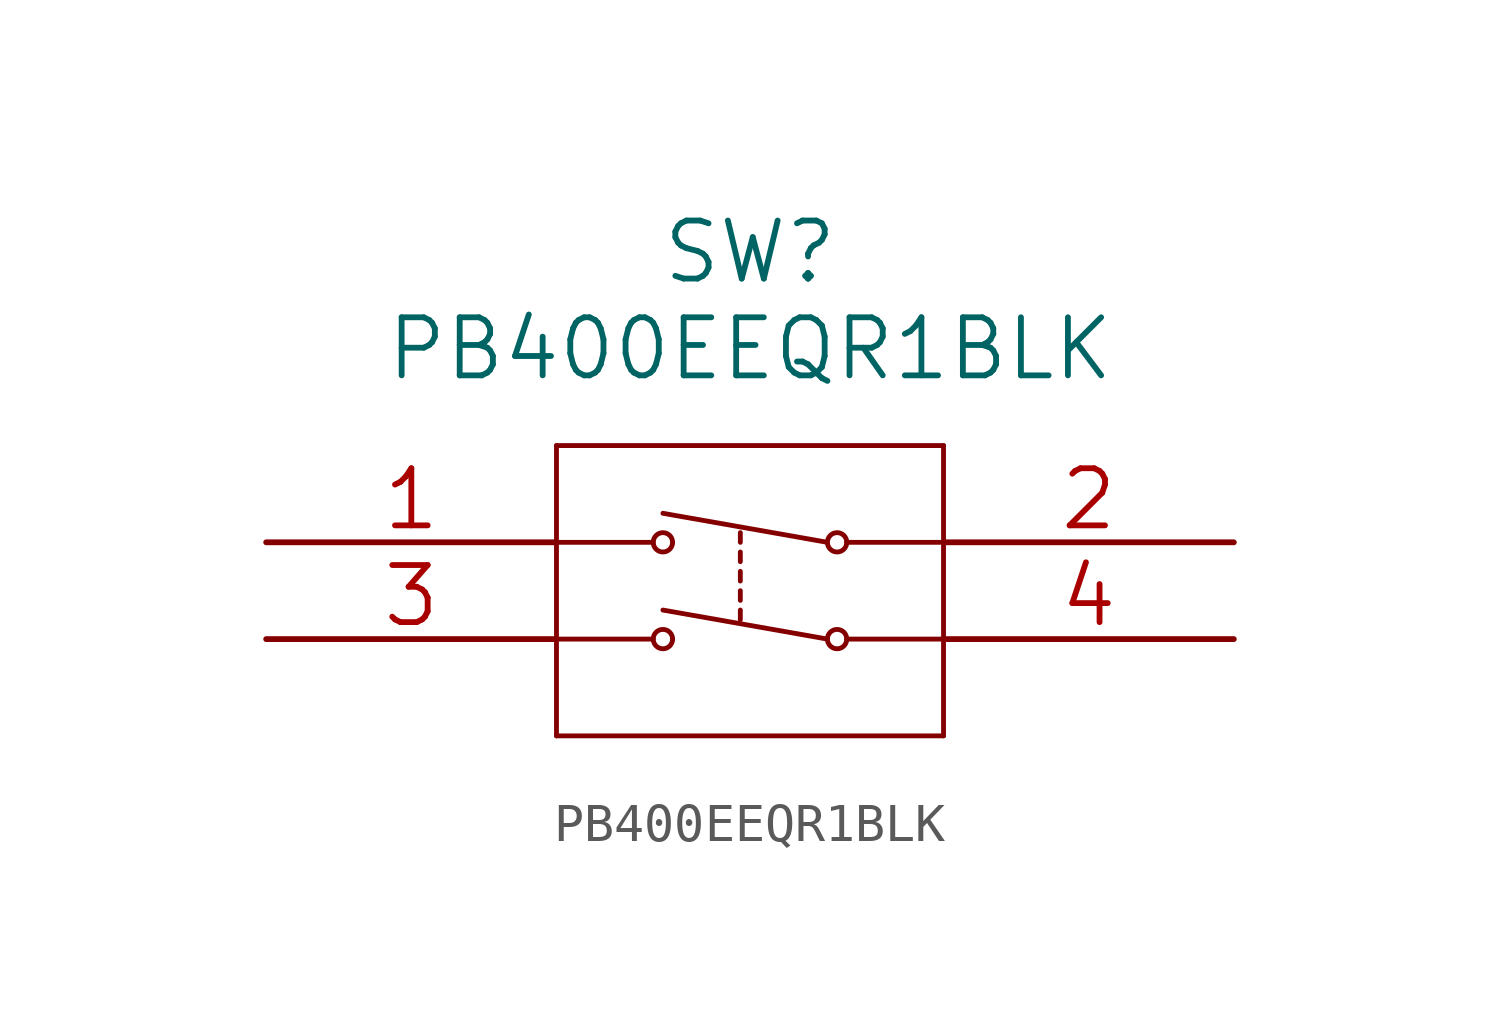
<source format=kicad_sym>
(kicad_symbol_lib
  (version 20211014)
  (generator kicad_symbol_editor)
  (symbol "PB400EEQR1BLK"
    (pin_names
      (offset 0.254) hide)
    (property "Reference" "SW"
      (at 12.7 7.62 0)
      (effects (font (size 1.524 1.524))))
    (property "Value" "PB400EEQR1BLK"
      (at 12.7 5.08 0)
      (effects (font (size 1.524 1.524))))
    (property "Datasheet" ""
      (at 0 0 0)
      (effects (font (size 1.524 1.524))))
    (property "ki_locked" ""
      (at 0 0 0)
      (effects (font (size 1.27 1.27))))
    (symbol "PB400EEQR1BLK_1_1"
      (polyline (pts (xy 7.62 -5.08) (xy 17.78 -5.08)) (stroke (width 0.127) (type default) (color 0 0 0 0)) (fill (type none)))
      (polyline (pts (xy 7.62 -2.54) (xy 10.16 -2.54)) (stroke (width 0.127) (type default) (color 0 0 0 0)) (fill (type none)))
      (polyline (pts (xy 7.62 0) (xy 10.16 0)) (stroke (width 0.127) (type default) (color 0 0 0 0)) (fill (type none)))
      (polyline (pts (xy 7.62 2.54) (xy 7.62 -5.08)) (stroke (width 0.127) (type default) (color 0 0 0 0)) (fill (type none)))
      (polyline (pts (xy 12.446 -1.778) (xy 12.446 -2.032)) (stroke (width 0.127) (type default) (color 0 0 0 0)) (fill (type none)))
      (polyline (pts (xy 12.446 -1.27) (xy 12.446 -1.524)) (stroke (width 0.127) (type default) (color 0 0 0 0)) (fill (type none)))
      (polyline (pts (xy 12.446 -0.762) (xy 12.446 -1.016)) (stroke (width 0.127) (type default) (color 0 0 0 0)) (fill (type none)))
      (polyline (pts (xy 12.446 -0.254) (xy 12.446 -0.508)) (stroke (width 0.127) (type default) (color 0 0 0 0)) (fill (type none)))
      (polyline (pts (xy 12.446 0.254) (xy 12.446 0)) (stroke (width 0.127) (type default) (color 0 0 0 0)) (fill (type none)))
      (polyline (pts (xy 14.732 -2.54) (xy 10.414 -1.778)) (stroke (width 0.127) (type default) (color 0 0 0 0)) (fill (type none)))
      (polyline (pts (xy 14.732 0) (xy 10.414 0.762)) (stroke (width 0.127) (type default) (color 0 0 0 0)) (fill (type none)))
      (polyline (pts (xy 15.24 -2.54) (xy 17.78 -2.54)) (stroke (width 0.127) (type default) (color 0 0 0 0)) (fill (type none)))
      (polyline (pts (xy 15.24 0) (xy 17.78 0)) (stroke (width 0.127) (type default) (color 0 0 0 0)) (fill (type none)))
      (polyline (pts (xy 17.78 -5.08) (xy 17.78 2.54)) (stroke (width 0.127) (type default) (color 0 0 0 0)) (fill (type none)))
      (polyline (pts (xy 17.78 2.54) (xy 7.62 2.54)) (stroke (width 0.127) (type default) (color 0 0 0 0)) (fill (type none)))
      (circle (center 10.414 -2.54) (radius 0.254) (stroke (width 0.127) (type default) (color 0 0 0 0)) (fill (type none)))
      (circle (center 10.414 0) (radius 0.254) (stroke (width 0.127) (type default) (color 0 0 0 0)) (fill (type none)))
      (arc (start 10.668 -2.54) (mid 10.16 -2.54) (end 10.668 -2.54) (stroke (width 0.127) (type default) (color 0 0 0 0)) (fill (type none)))
      (arc (start 10.668 0) (mid 10.16 0) (end 10.668 0) (stroke (width 0.127) (type default) (color 0 0 0 0)) (fill (type none)))
      (circle (center 14.986 -2.54) (radius 0.254) (stroke (width 0.127) (type default) (color 0 0 0 0)) (fill (type none)))
      (circle (center 14.986 0) (radius 0.254) (stroke (width 0.127) (type default) (color 0 0 0 0)) (fill (type none)))
      (arc (start 15.24 -2.54) (mid 14.732 -2.54) (end 15.24 -2.54) (stroke (width 0.127) (type default) (color 0 0 0 0)) (fill (type none)))
      (arc (start 15.24 0) (mid 14.732 0) (end 15.24 0) (stroke (width 0.127) (type default) (color 0 0 0 0)) (fill (type none)))
      (pin unspecified line (at 0 0 0) (length 7.62) (name "1" (effects (font (size 1.499 1.499)))) (number "1" (effects (font (size 1.499 1.499)))))
      (pin unspecified line (at 25.4 0 180) (length 7.62) (name "2" (effects (font (size 1.499 1.499)))) (number "2" (effects (font (size 1.499 1.499)))))
      (pin unspecified line (at 0 -2.54 0) (length 7.62) (name "3" (effects (font (size 1.499 1.499)))) (number "3" (effects (font (size 1.499 1.499)))))
      (pin unspecified line (at 25.4 -2.54 180) (length 7.62) (name "4" (effects (font (size 1.499 1.499)))) (number "4" (effects (font (size 1.499 1.499))))))))
</source>
